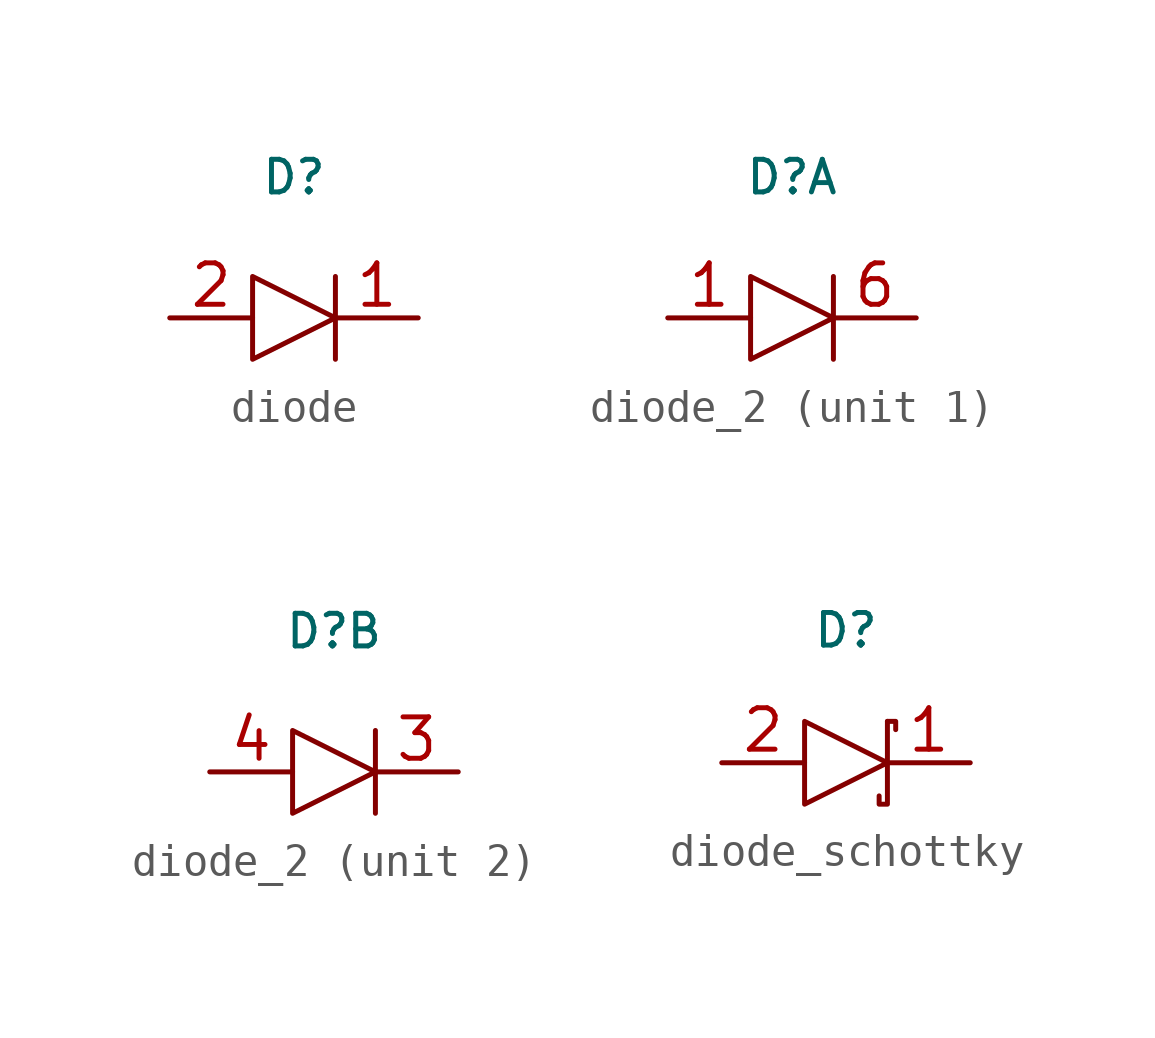
<source format=kicad_sym>
(kicad_symbol_lib
  (version 20231120)
  (generator "kicad_symbol_editor")
  (generator_version "8.0")
  (symbol "diode"
    (pin_names hide)
    (property "Reference" "D"
      (at 0 4.318 0)
      (effects (font (size 1 1))))
    (symbol "diode_0_1"
      (polyline (pts (xy 1.27 1.27) (xy 1.27 -1.27)) (stroke (width 0) (type default)) (fill (type none)))
      (polyline (pts (xy -1.27 1.27) (xy -1.27 -1.27) (xy 1.27 0) (xy -1.27 1.27)) (stroke (width 0) (type default)) (fill (type none))))
    (symbol "diode_1_1"
      (pin output line (at 3.81 0 180) (length 2.54) (name "C" (effects (font (size 1.27 1.27)))) (number "1" (effects (font (size 1.27 1.27)))))
      (pin input line (at -3.81 0 0) (length 2.54) (name "A" (effects (font (size 1.27 1.27)))) (number "2" (effects (font (size 1.27 1.27)))))))
  (symbol "diode_2"
    (pin_names hide)
    (property "Reference" "D"
      (at 0 4.318 0)
      (do_not_autoplace)
      (effects (font (size 1 1))))
    (property "ki_locked" ""
      (at 0 0 0)
      (effects (font (size 1.27 1.27))))
    (symbol "diode_2_0_1"
      (polyline (pts (xy 1.27 1.27) (xy 1.27 -1.27)) (stroke (width 0) (type default)) (fill (type none)))
      (polyline (pts (xy -1.27 1.27) (xy -1.27 -1.27) (xy 1.27 0) (xy -1.27 1.27)) (stroke (width 0) (type default)) (fill (type none))))
    (symbol "diode_2_1_1"
      (pin input line (at -3.81 0 0) (length 2.54) (name "A1" (effects (font (size 1.27 1.27)))) (number "1" (effects (font (size 1.27 1.27)))))
      (pin output line (at 3.81 0 180) (length 2.54) (name "C1" (effects (font (size 1.27 1.27)))) (number "6" (effects (font (size 1.27 1.27))))))
    (symbol "diode_2_2_1"
      (pin output line (at 3.81 0 180) (length 2.54) (name "C2" (effects (font (size 1.27 1.27)))) (number "3" (effects (font (size 1.27 1.27)))))
      (pin input line (at -3.81 0 0) (length 2.54) (name "A2" (effects (font (size 1.27 1.27)))) (number "4" (effects (font (size 1.27 1.27)))))))
  (symbol "diode_schottky"
    (pin_names hide)
    (property "Reference" "D"
      (at 0 4.064 0)
      (effects (font (size 1 1))))
    (symbol "diode_schottky_0_1"
      (polyline (pts (xy 1.27 1.27) (xy 1.524 1.27) (xy 1.524 1.016)) (stroke (width 0) (type default)) (fill (type none)))
      (polyline (pts (xy -1.27 1.27) (xy -1.27 -1.27) (xy 1.27 0) (xy -1.27 1.27)) (stroke (width 0) (type default)) (fill (type none)))
      (polyline (pts (xy 1.27 1.27) (xy 1.27 -1.27) (xy 1.016 -1.27) (xy 1.016 -1.016)) (stroke (width 0) (type default)) (fill (type none))))
    (symbol "diode_schottky_1_1"
      (pin output line (at 3.81 0 180) (length 2.54) (name "C" (effects (font (size 1.27 1.27)))) (number "1" (effects (font (size 1.27 1.27)))))
      (pin input line (at -3.81 0 0) (length 2.54) (name "A" (effects (font (size 1.27 1.27)))) (number "2" (effects (font (size 1.27 1.27))))))))
</source>
